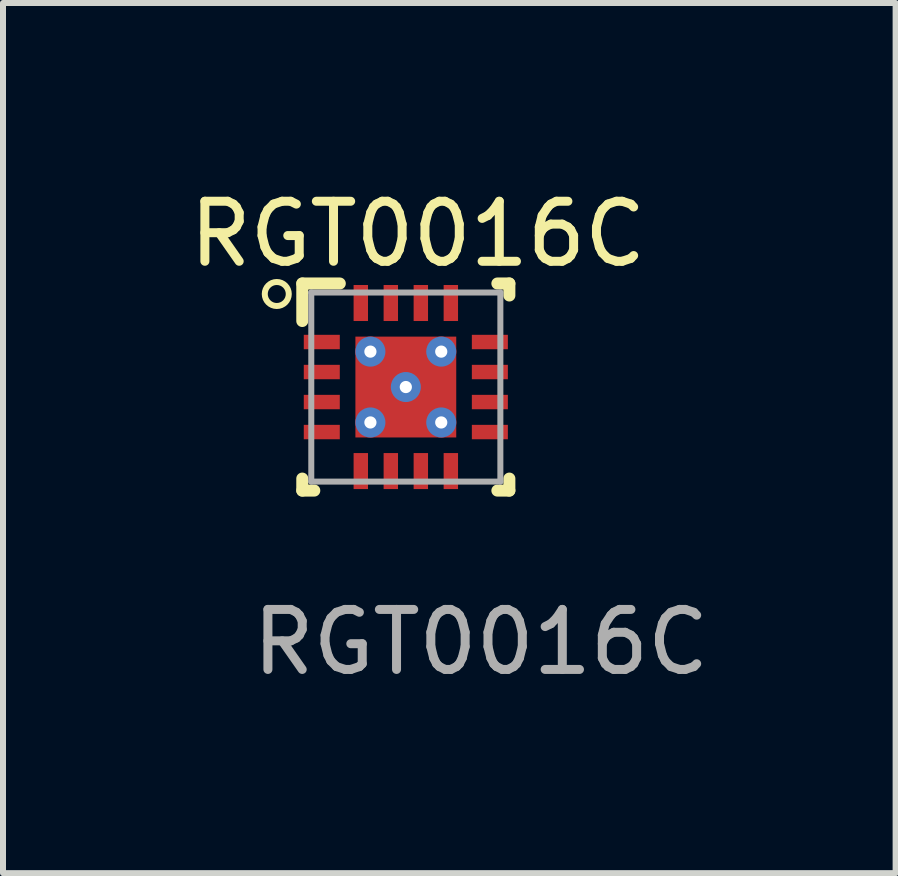
<source format=kicad_pcb>
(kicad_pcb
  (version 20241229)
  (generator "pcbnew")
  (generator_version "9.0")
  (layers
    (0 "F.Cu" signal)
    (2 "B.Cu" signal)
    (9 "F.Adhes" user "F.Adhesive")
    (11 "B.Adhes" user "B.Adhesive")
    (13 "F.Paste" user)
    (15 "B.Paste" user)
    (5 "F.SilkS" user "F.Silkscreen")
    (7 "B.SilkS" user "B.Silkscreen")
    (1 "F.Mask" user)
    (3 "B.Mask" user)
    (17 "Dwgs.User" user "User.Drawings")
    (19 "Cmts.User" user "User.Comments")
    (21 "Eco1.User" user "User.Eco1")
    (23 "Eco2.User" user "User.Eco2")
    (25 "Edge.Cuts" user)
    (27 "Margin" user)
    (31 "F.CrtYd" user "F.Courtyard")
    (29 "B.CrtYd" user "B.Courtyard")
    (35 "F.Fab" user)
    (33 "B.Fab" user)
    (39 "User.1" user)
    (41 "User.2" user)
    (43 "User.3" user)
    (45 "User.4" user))
  (footprint "RGT0016C"
    (layer "F.Cu")
    (at 3.711 3.398)
    (property "Reference" "RGT0016C" (at 0.2 -2.55 0) (unlocked yes) (layer "F.SilkS") (effects (font (size 1 1) (thickness 0.15))))
    (attr smd)
    (fp_line (start -1.725 -1.725) (end -1.1 -1.725) (stroke (width 0.2) (type solid)) (layer "F.SilkS"))
    (fp_line (start -1.725 -1.1) (end -1.725 -1.725) (stroke (width 0.2) (type solid)) (layer "F.SilkS"))
    (fp_line (start -1.725 1.725) (end -1.725 1.525) (stroke (width 0.2) (type solid)) (layer "F.SilkS"))
    (fp_line (start -1.725 1.725) (end -1.525 1.725) (stroke (width 0.2) (type solid)) (layer "F.SilkS"))
    (fp_line (start 1.525 -1.725) (end 1.725 -1.725) (stroke (width 0.2) (type solid)) (layer "F.SilkS"))
    (fp_line (start 1.525 1.725) (end 1.725 1.725) (stroke (width 0.2) (type solid)) (layer "F.SilkS"))
    (fp_line (start 1.725 -1.525) (end 1.725 -1.725) (stroke (width 0.2) (type solid)) (layer "F.SilkS"))
    (fp_line (start 1.725 1.725) (end 1.725 1.525) (stroke (width 0.2) (type solid)) (layer "F.SilkS"))
    (fp_circle (center -2.15 -1.55) (end -1.95 -1.55) (stroke (width 0.1) (type solid)) (fill no) (layer "F.SilkS"))
    (fp_poly (pts (xy -0.775 0.728) (xy -0.775 -0.729) (xy -0.774 -0.738) (xy -0.771 -0.746) (xy -0.767 -0.754) (xy -0.761 -0.761) (xy -0.754 -0.767) (xy -0.746 -0.771) (xy -0.738 -0.774) (xy -0.728 -0.775) (xy 0.729 -0.775) (xy 0.738 -0.774) (xy 0.746 -0.771) (xy 0.754 -0.767) (xy 0.761 -0.761) (xy 0.767 -0.754) (xy 0.771 -0.746) (xy 0.774 -0.738) (xy 0.775 -0.729) (xy 0.775 0.728) (xy 0.774 0.738) (xy 0.771 0.746) (xy 0.767 0.754) (xy 0.761 0.761) (xy 0.754 0.767) (xy 0.746 0.771) (xy 0.738 0.774) (xy 0.729 0.775) (xy -0.728 0.775) (xy -0.738 0.774) (xy -0.746 0.771) (xy -0.754 0.767) (xy -0.761 0.761) (xy -0.767 0.754) (xy -0.771 0.746) (xy -0.774 0.738)) (stroke (width 0) (type solid)) (fill yes) (layer "F.Paste"))
    (fp_line (start -1.575 -1.575) (end 1.575 -1.575) (stroke (width 0.1) (type solid)) (layer "F.Fab"))
    (fp_line (start -1.575 1.575) (end -1.575 -1.575) (stroke (width 0.1) (type solid)) (layer "F.Fab"))
    (fp_line (start -1.575 1.575) (end 1.575 1.575) (stroke (width 0.1) (type solid)) (layer "F.Fab"))
    (fp_line (start 1.575 1.575) (end 1.575 -1.575) (stroke (width 0.1) (type solid)) (layer "F.Fab"))
    (fp_text user "${REFERENCE}" (at 1.25 4.25 0) (unlocked yes) (layer "F.Fab") (effects (font (size 1 1) (thickness 0.15))))
    (pad "1" smd rect (at -1.4 -0.75 90) (size 0.24 0.6) (layers "F.Cu" "F.Mask" "F.Paste"))
    (pad "2" smd rect (at -1.4 -0.25 90) (size 0.24 0.6) (layers "F.Cu" "F.Mask" "F.Paste"))
    (pad "3" smd rect (at -1.4 0.25 90) (size 0.24 0.6) (layers "F.Cu" "F.Mask" "F.Paste"))
    (pad "4" smd rect (at -1.4 0.75 90) (size 0.24 0.6) (layers "F.Cu" "F.Mask" "F.Paste"))
    (pad "5" smd rect (at -0.75 1.4) (size 0.24 0.6) (layers "F.Cu" "F.Mask" "F.Paste"))
    (pad "6" smd rect (at -0.25 1.4) (size 0.24 0.6) (layers "F.Cu" "F.Mask" "F.Paste"))
    (pad "7" smd rect (at 0.25 1.4) (size 0.24 0.6) (layers "F.Cu" "F.Mask" "F.Paste"))
    (pad "8" smd rect (at 0.75 1.4) (size 0.24 0.6) (layers "F.Cu" "F.Mask" "F.Paste"))
    (pad "9" smd rect (at 1.4 0.75 90) (size 0.24 0.6) (layers "F.Cu" "F.Mask" "F.Paste"))
    (pad "10" smd rect (at 1.4 0.25 90) (size 0.24 0.6) (layers "F.Cu" "F.Mask" "F.Paste"))
    (pad "11" smd rect (at 1.4 -0.25 90) (size 0.24 0.6) (layers "F.Cu" "F.Mask" "F.Paste"))
    (pad "12" smd rect (at 1.4 -0.75 90) (size 0.24 0.6) (layers "F.Cu" "F.Mask" "F.Paste"))
    (pad "13" smd rect (at 0.75 -1.4) (size 0.24 0.6) (layers "F.Cu" "F.Mask" "F.Paste"))
    (pad "14" smd rect (at 0.25 -1.4) (size 0.24 0.6) (layers "F.Cu" "F.Mask" "F.Paste"))
    (pad "15" smd rect (at -0.25 -1.4) (size 0.24 0.6) (layers "F.Cu" "F.Mask" "F.Paste"))
    (pad "16" smd rect (at -0.75 -1.4) (size 0.24 0.6) (layers "F.Cu" "F.Mask" "F.Paste"))
    (pad "17" smd rect (at 0.000005 -0.000003) (size 1.68 1.68) (layers "F.Cu" "F.Mask"))
    (pad "18" thru_hole circle (at 0.59 -0.59) (size 0.5 0.5) (drill 0.203) (layers "*.Cu" "*.Mask"))
    (pad "19" thru_hole circle (at 0.59 0.59) (size 0.5 0.5) (drill 0.203) (layers "*.Cu" "*.Mask"))
    (pad "20" thru_hole circle (at -0.59 0.59) (size 0.5 0.5) (drill 0.203) (layers "*.Cu" "*.Mask"))
    (pad "21" thru_hole circle (at -0.59 -0.59) (size 0.5 0.5) (drill 0.203) (layers "*.Cu" "*.Mask"))
    (pad "22" thru_hole circle (at 0.000003 -0.000003) (size 0.5 0.5) (drill 0.203) (layers "*.Cu" "*.Mask")))
  (gr_rect
    (start -3 -3)
    (end 11.871 11.496)
    (stroke (width 0.1) (type default))
    (fill no)
    (layer "Edge.Cuts")))
</source>
